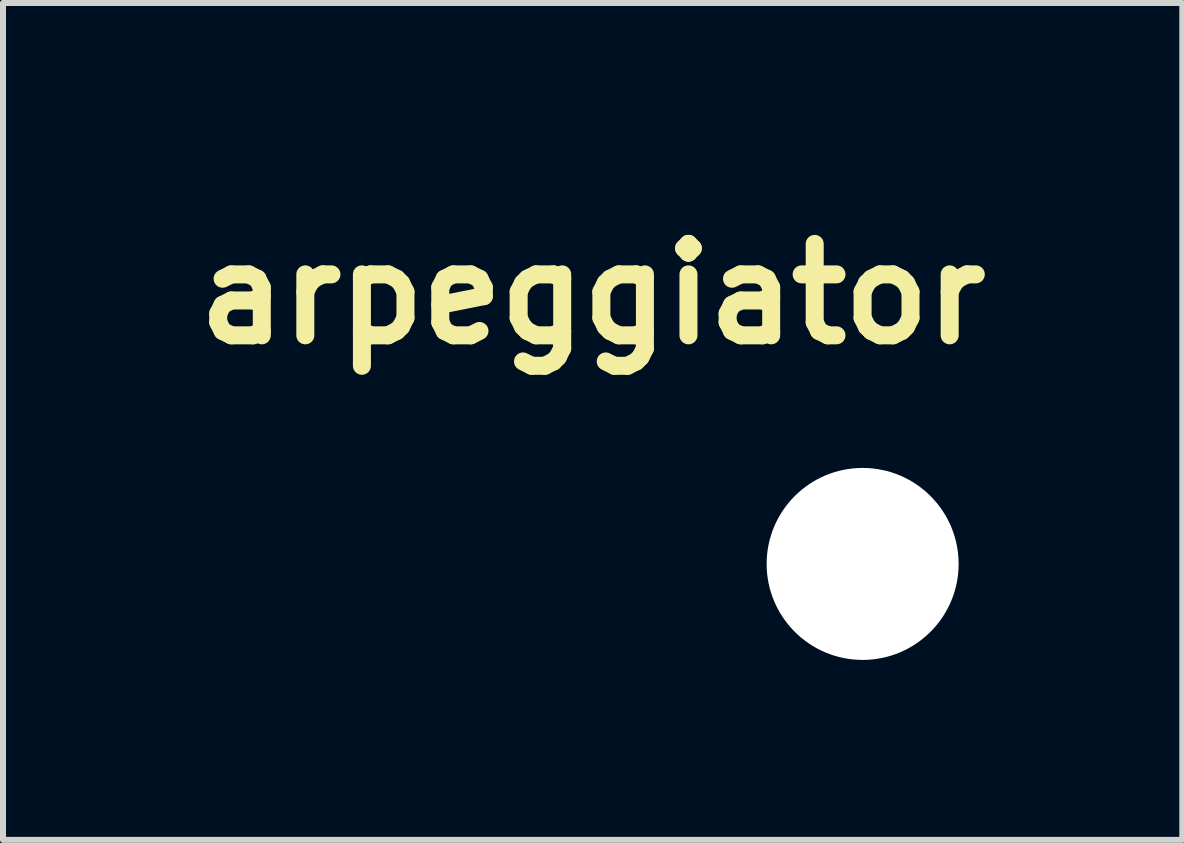
<source format=kicad_pcb>
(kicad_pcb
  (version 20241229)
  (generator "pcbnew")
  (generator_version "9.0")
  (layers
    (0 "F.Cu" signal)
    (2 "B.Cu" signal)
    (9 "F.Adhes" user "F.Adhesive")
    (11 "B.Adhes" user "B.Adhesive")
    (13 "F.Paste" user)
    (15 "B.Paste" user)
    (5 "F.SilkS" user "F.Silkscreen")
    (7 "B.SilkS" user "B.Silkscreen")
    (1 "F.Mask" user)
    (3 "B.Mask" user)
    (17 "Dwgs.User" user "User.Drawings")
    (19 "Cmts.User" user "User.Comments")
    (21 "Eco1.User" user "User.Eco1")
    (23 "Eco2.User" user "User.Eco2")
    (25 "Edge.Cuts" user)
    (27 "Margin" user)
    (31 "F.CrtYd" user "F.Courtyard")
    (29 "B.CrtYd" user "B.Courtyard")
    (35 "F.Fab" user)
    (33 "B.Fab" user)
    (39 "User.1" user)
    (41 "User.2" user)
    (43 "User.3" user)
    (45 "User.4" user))
  (footprint "arpeggiator"
    (layer "F.Cu")
    (at 11.329 6.35)
    (property "Reference" "arpeggiator" (at -4.5 -4.5 0) (layer "F.SilkS") (effects (font (size 1.524 1.524) (thickness 0.3))))
    (attr through_hole)
    (fp_poly (pts (xy -3.503 -6.337) (xy -3.418 -6.313) (xy -3.339 -6.275) (xy -3.268 -6.225) (xy -3.206 -6.163) (xy -3.155 -6.091) (xy -3.117 -6.011) (xy -3.099 -5.95) (xy -3.089 -5.889) (xy -3.088 -5.82) (xy -3.094 -5.751) (xy -3.108 -5.689) (xy -3.112 -5.676) (xy -3.148 -5.596) (xy -3.197 -5.521) (xy -3.259 -5.455) (xy -3.328 -5.402) (xy -3.336 -5.398) (xy -3.411 -5.362) (xy -3.493 -5.34) (xy -3.579 -5.33) (xy -3.666 -5.334) (xy -3.74 -5.35) (xy -3.825 -5.383) (xy -3.901 -5.43) (xy -3.966 -5.489) (xy -4.02 -5.558) (xy -4.061 -5.637) (xy -4.088 -5.722) (xy -4.1 -5.812) (xy -4.096 -5.905) (xy -4.077 -5.993) (xy -4.043 -6.075) (xy -3.995 -6.149) (xy -3.934 -6.213) (xy -3.861 -6.268) (xy -3.805 -6.298) (xy -3.739 -6.324) (xy -3.676 -6.339) (xy -3.609 -6.345) (xy -3.592 -6.345) (xy -3.503 -6.337)) (stroke (width 0.01) (type solid)) (fill yes) (layer "F.Mask"))
    (fp_poly (pts (xy -1.604 -4.995) (xy -1.542 -4.979) (xy -1.458 -4.942) (xy -1.385 -4.895) (xy -1.324 -4.837) (xy -1.274 -4.772) (xy -1.235 -4.701) (xy -1.209 -4.625) (xy -1.194 -4.546) (xy -1.192 -4.466) (xy -1.203 -4.386) (xy -1.226 -4.308) (xy -1.262 -4.235) (xy -1.312 -4.166) (xy -1.375 -4.105) (xy -1.418 -4.073) (xy -1.488 -4.035) (xy -1.566 -4.007) (xy -1.646 -3.991) (xy -1.725 -3.987) (xy -1.78 -3.992) (xy -1.87 -4.017) (xy -1.952 -4.056) (xy -2.026 -4.108) (xy -2.089 -4.172) (xy -2.141 -4.247) (xy -2.155 -4.276) (xy -2.182 -4.338) (xy -2.198 -4.396) (xy -2.205 -4.457) (xy -2.206 -4.496) (xy -2.203 -4.562) (xy -2.192 -4.621) (xy -2.172 -4.68) (xy -2.155 -4.716) (xy -2.109 -4.795) (xy -2.049 -4.863) (xy -1.978 -4.92) (xy -1.898 -4.963) (xy -1.855 -4.98) (xy -1.774 -4.998) (xy -1.689 -5.004) (xy -1.604 -4.995)) (stroke (width 0.01) (type solid)) (fill yes) (layer "F.Mask"))
    (fp_poly (pts (xy -7.231 -3.658) (xy -7.17 -3.649) (xy -7.125 -3.637) (xy -7.043 -3.599) (xy -6.97 -3.548) (xy -6.907 -3.486) (xy -6.856 -3.414) (xy -6.818 -3.335) (xy -6.794 -3.249) (xy -6.785 -3.159) (xy -6.785 -3.155) (xy -6.793 -3.064) (xy -6.816 -2.978) (xy -6.853 -2.9) (xy -6.902 -2.829) (xy -6.962 -2.768) (xy -7.032 -2.718) (xy -7.11 -2.681) (xy -7.195 -2.657) (xy -7.285 -2.647) (xy -7.297 -2.647) (xy -7.337 -2.649) (xy -7.377 -2.653) (xy -7.409 -2.658) (xy -7.41 -2.659) (xy -7.488 -2.686) (xy -7.563 -2.727) (xy -7.632 -2.78) (xy -7.691 -2.842) (xy -7.737 -2.911) (xy -7.749 -2.935) (xy -7.775 -2.998) (xy -7.791 -3.055) (xy -7.799 -3.112) (xy -7.801 -3.157) (xy -7.792 -3.247) (xy -7.769 -3.332) (xy -7.731 -3.412) (xy -7.68 -3.483) (xy -7.618 -3.545) (xy -7.545 -3.596) (xy -7.464 -3.634) (xy -7.412 -3.65) (xy -7.358 -3.659) (xy -7.296 -3.661) (xy -7.231 -3.658)) (stroke (width 0.01) (type solid)) (fill yes) (layer "F.Mask"))
    (fp_poly (pts (xy -5.384 -5.047) (xy -5.329 -5.038) (xy -5.325 -5.037) (xy -5.244 -5.009) (xy -5.167 -4.967) (xy -5.098 -4.914) (xy -5.04 -4.852) (xy -5.02 -4.824) (xy -5.001 -4.792) (xy -4.982 -4.752) (xy -4.965 -4.711) (xy -4.962 -4.704) (xy -4.941 -4.619) (xy -4.936 -4.532) (xy -4.945 -4.444) (xy -4.969 -4.359) (xy -5.007 -4.28) (xy -5.017 -4.265) (xy -5.065 -4.204) (xy -5.125 -4.149) (xy -5.193 -4.102) (xy -5.265 -4.066) (xy -5.336 -4.044) (xy -5.383 -4.037) (xy -5.438 -4.035) (xy -5.494 -4.037) (xy -5.545 -4.043) (xy -5.566 -4.048) (xy -5.654 -4.079) (xy -5.733 -4.125) (xy -5.802 -4.183) (xy -5.86 -4.253) (xy -5.906 -4.334) (xy -5.936 -4.412) (xy -5.946 -4.462) (xy -5.95 -4.521) (xy -5.949 -4.583) (xy -5.943 -4.64) (xy -5.935 -4.674) (xy -5.901 -4.76) (xy -5.854 -4.839) (xy -5.794 -4.907) (xy -5.724 -4.964) (xy -5.646 -5.008) (xy -5.563 -5.037) (xy -5.508 -5.046) (xy -5.446 -5.05) (xy -5.384 -5.047)) (stroke (width 0.01) (type solid)) (fill yes) (layer "F.Mask"))
    (fp_poly (pts (xy -3.503 -6.337) (xy -3.418 -6.313) (xy -3.339 -6.275) (xy -3.268 -6.225) (xy -3.206 -6.163) (xy -3.155 -6.091) (xy -3.117 -6.011) (xy -3.099 -5.95) (xy -3.089 -5.889) (xy -3.088 -5.82) (xy -3.094 -5.751) (xy -3.108 -5.689) (xy -3.112 -5.676) (xy -3.148 -5.596) (xy -3.197 -5.521) (xy -3.259 -5.455) (xy -3.328 -5.402) (xy -3.336 -5.398) (xy -3.411 -5.362) (xy -3.493 -5.34) (xy -3.579 -5.33) (xy -3.666 -5.334) (xy -3.74 -5.35) (xy -3.825 -5.383) (xy -3.901 -5.43) (xy -3.966 -5.489) (xy -4.02 -5.558) (xy -4.061 -5.637) (xy -4.088 -5.722) (xy -4.1 -5.812) (xy -4.096 -5.905) (xy -4.077 -5.993) (xy -4.043 -6.075) (xy -3.995 -6.149) (xy -3.934 -6.213) (xy -3.861 -6.268) (xy -3.805 -6.298) (xy -3.739 -6.324) (xy -3.676 -6.339) (xy -3.609 -6.345) (xy -3.592 -6.345) (xy -3.503 -6.337)) (stroke (width 0.01) (type solid)) (fill yes) (layer "B.Mask"))
    (fp_poly (pts (xy -1.604 -4.995) (xy -1.542 -4.979) (xy -1.458 -4.942) (xy -1.385 -4.895) (xy -1.324 -4.837) (xy -1.274 -4.772) (xy -1.235 -4.701) (xy -1.209 -4.625) (xy -1.194 -4.546) (xy -1.192 -4.466) (xy -1.203 -4.386) (xy -1.226 -4.308) (xy -1.262 -4.235) (xy -1.312 -4.166) (xy -1.375 -4.105) (xy -1.418 -4.073) (xy -1.488 -4.035) (xy -1.566 -4.007) (xy -1.646 -3.991) (xy -1.725 -3.987) (xy -1.78 -3.992) (xy -1.87 -4.017) (xy -1.952 -4.056) (xy -2.026 -4.108) (xy -2.089 -4.172) (xy -2.141 -4.247) (xy -2.155 -4.276) (xy -2.182 -4.338) (xy -2.198 -4.396) (xy -2.205 -4.457) (xy -2.206 -4.496) (xy -2.203 -4.562) (xy -2.192 -4.621) (xy -2.172 -4.68) (xy -2.155 -4.716) (xy -2.109 -4.795) (xy -2.049 -4.863) (xy -1.978 -4.92) (xy -1.898 -4.963) (xy -1.855 -4.98) (xy -1.774 -4.998) (xy -1.689 -5.004) (xy -1.604 -4.995)) (stroke (width 0.01) (type solid)) (fill yes) (layer "B.Mask"))
    (fp_poly (pts (xy -7.231 -3.658) (xy -7.17 -3.649) (xy -7.125 -3.637) (xy -7.043 -3.599) (xy -6.97 -3.548) (xy -6.907 -3.486) (xy -6.856 -3.414) (xy -6.818 -3.335) (xy -6.794 -3.249) (xy -6.785 -3.159) (xy -6.785 -3.155) (xy -6.793 -3.064) (xy -6.816 -2.978) (xy -6.853 -2.9) (xy -6.902 -2.829) (xy -6.962 -2.768) (xy -7.032 -2.718) (xy -7.11 -2.681) (xy -7.195 -2.657) (xy -7.285 -2.647) (xy -7.297 -2.647) (xy -7.337 -2.649) (xy -7.377 -2.653) (xy -7.409 -2.658) (xy -7.41 -2.659) (xy -7.488 -2.686) (xy -7.563 -2.727) (xy -7.632 -2.78) (xy -7.691 -2.842) (xy -7.737 -2.911) (xy -7.749 -2.935) (xy -7.775 -2.998) (xy -7.791 -3.055) (xy -7.799 -3.112) (xy -7.801 -3.157) (xy -7.792 -3.247) (xy -7.769 -3.332) (xy -7.731 -3.412) (xy -7.68 -3.483) (xy -7.618 -3.545) (xy -7.545 -3.596) (xy -7.464 -3.634) (xy -7.412 -3.65) (xy -7.358 -3.659) (xy -7.296 -3.661) (xy -7.231 -3.658)) (stroke (width 0.01) (type solid)) (fill yes) (layer "B.Mask"))
    (fp_poly (pts (xy -5.384 -5.047) (xy -5.329 -5.038) (xy -5.325 -5.037) (xy -5.244 -5.009) (xy -5.167 -4.967) (xy -5.098 -4.914) (xy -5.04 -4.852) (xy -5.02 -4.824) (xy -5.001 -4.792) (xy -4.982 -4.752) (xy -4.965 -4.711) (xy -4.962 -4.704) (xy -4.941 -4.619) (xy -4.936 -4.532) (xy -4.945 -4.444) (xy -4.969 -4.359) (xy -5.007 -4.28) (xy -5.017 -4.265) (xy -5.065 -4.204) (xy -5.125 -4.149) (xy -5.193 -4.102) (xy -5.265 -4.066) (xy -5.336 -4.044) (xy -5.383 -4.037) (xy -5.438 -4.035) (xy -5.494 -4.037) (xy -5.545 -4.043) (xy -5.566 -4.048) (xy -5.654 -4.079) (xy -5.733 -4.125) (xy -5.802 -4.183) (xy -5.86 -4.253) (xy -5.906 -4.334) (xy -5.936 -4.412) (xy -5.946 -4.462) (xy -5.95 -4.521) (xy -5.949 -4.583) (xy -5.943 -4.64) (xy -5.935 -4.674) (xy -5.901 -4.76) (xy -5.854 -4.839) (xy -5.794 -4.907) (xy -5.724 -4.964) (xy -5.646 -5.008) (xy -5.563 -5.037) (xy -5.508 -5.046) (xy -5.446 -5.05) (xy -5.384 -5.047)) (stroke (width 0.01) (type solid)) (fill yes) (layer "B.Mask"))
    (pad "" np_thru_hole circle (at 0 0) (size 3.2 3.2) (drill 3.2) (layers "*.Cu" "*.Mask")))
  (gr_rect
    (start -3 -3)
    (end 16.658 10.95)
    (stroke (width 0.1) (type default))
    (fill no)
    (layer "Edge.Cuts")))
</source>
